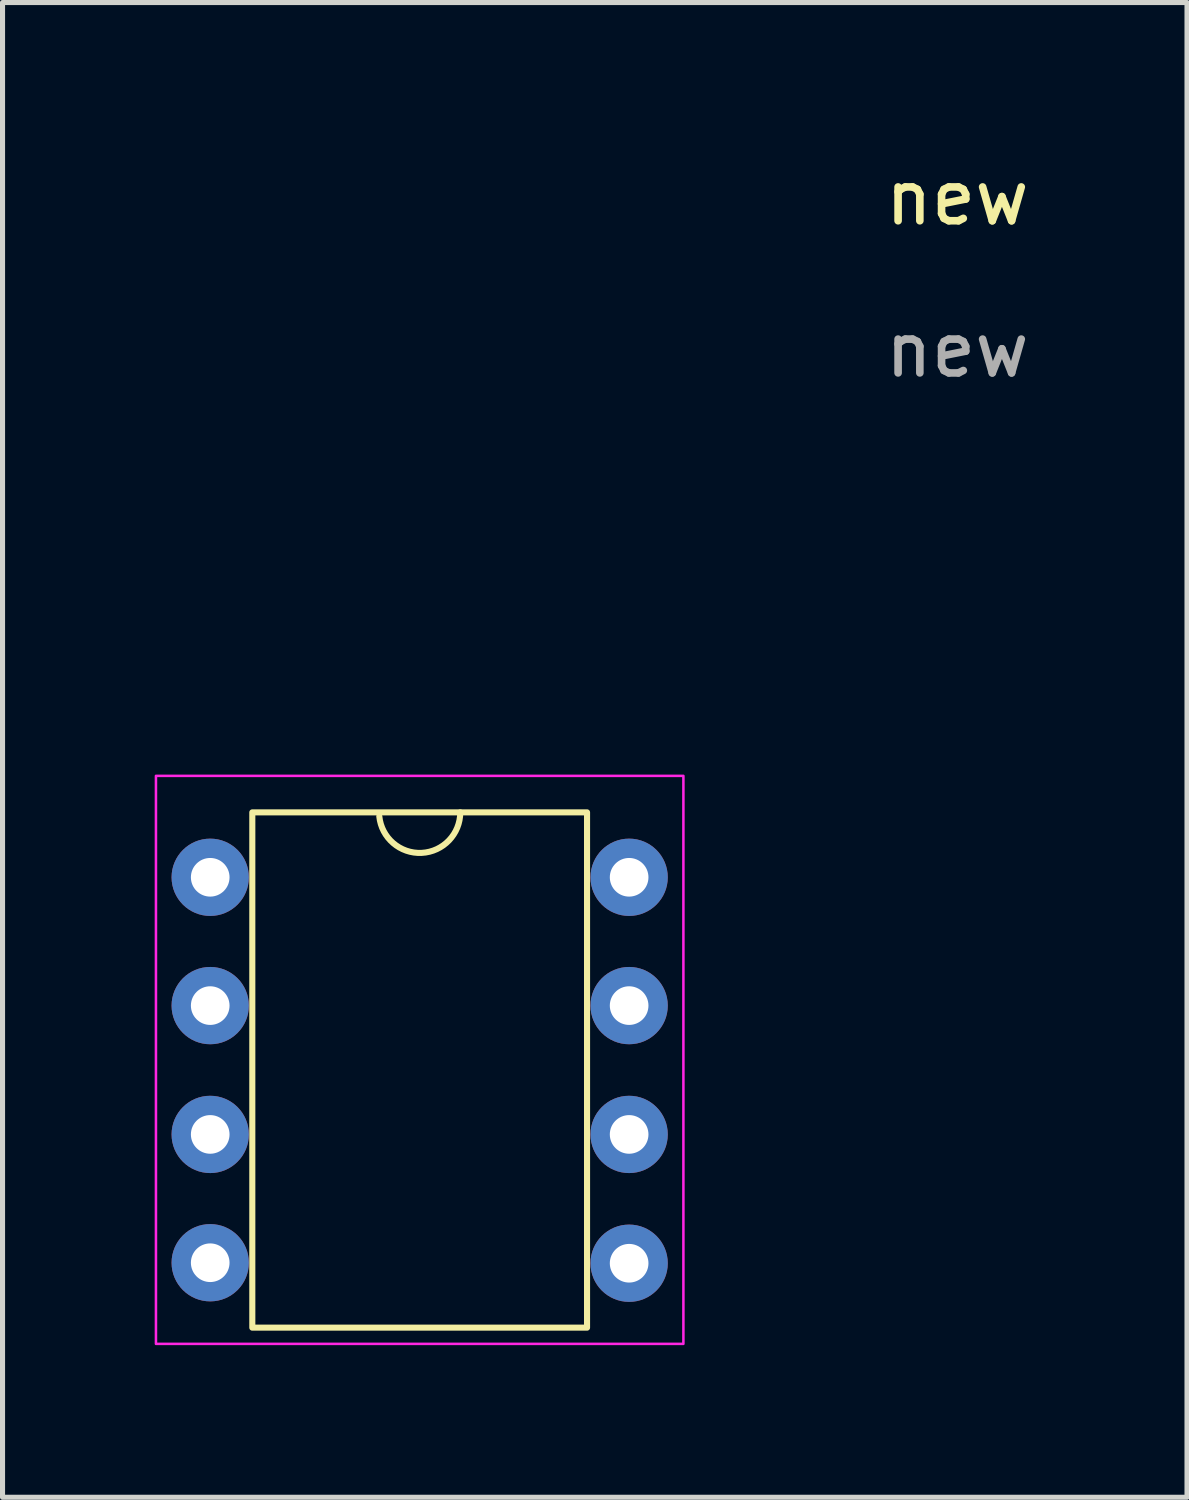
<source format=kicad_pcb>
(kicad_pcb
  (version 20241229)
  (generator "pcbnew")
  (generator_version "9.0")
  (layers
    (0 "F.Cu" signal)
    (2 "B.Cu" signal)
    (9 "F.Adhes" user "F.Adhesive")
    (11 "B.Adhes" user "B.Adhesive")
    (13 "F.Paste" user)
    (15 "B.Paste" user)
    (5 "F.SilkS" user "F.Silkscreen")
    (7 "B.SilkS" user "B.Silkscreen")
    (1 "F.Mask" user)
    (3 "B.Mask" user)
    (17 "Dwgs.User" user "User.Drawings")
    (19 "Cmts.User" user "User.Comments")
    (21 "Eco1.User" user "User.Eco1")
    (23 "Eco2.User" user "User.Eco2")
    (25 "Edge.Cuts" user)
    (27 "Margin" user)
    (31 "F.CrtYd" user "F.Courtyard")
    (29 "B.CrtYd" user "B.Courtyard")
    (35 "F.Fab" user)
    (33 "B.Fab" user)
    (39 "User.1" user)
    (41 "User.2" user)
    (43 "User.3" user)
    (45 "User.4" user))
  (footprint "new"
    (layer "F.Cu")
    (at 5.225 18.048)
    (property "Reference" "new" (at 10.6 -17.2 0) (unlocked yes) (layer "F.SilkS") (effects (font (size 1 1) (thickness 0.15))))
    (attr through_hole)
    (fp_rect (start -3.3 -5.08) (end 3.3 5.08) (stroke (width 0.12) (type solid)) (fill no) (layer "F.SilkS"))
    (fp_arc (start 0.8 -5.08) (mid 0.039851 -4.280993) (end -0.79603 -5.000397) (stroke (width 0.12) (type solid)) (layer "F.SilkS"))
    (fp_rect (start -5.2 -5.8) (end 5.2 5.4) (stroke (width 0.05) (type solid)) (fill no) (layer "F.CrtYd"))
    (fp_text user "${REFERENCE}" (at 10.6 -14.2 0) (unlocked yes) (layer "F.Fab") (effects (font (size 1 1) (thickness 0.15))))
    (pad "1" thru_hole circle (at -4.13 -3.8) (size 1.524 1.524) (drill 0.762) (layers "*.Cu" "*.Mask"))
    (pad "2" thru_hole circle (at -4.13 -1.27) (size 1.524 1.524) (drill 0.762) (layers "*.Cu" "*.Mask"))
    (pad "3" thru_hole circle (at -4.13 3.8) (size 1.524 1.524) (drill 0.762) (layers "*.Cu" "*.Mask"))
    (pad "4" thru_hole circle (at -4.13 1.27) (size 1.524 1.524) (drill 0.762) (layers "*.Cu" "*.Mask"))
    (pad "5" thru_hole circle (at 4.13 3.81) (size 1.524 1.524) (drill 0.762) (layers "*.Cu" "*.Mask"))
    (pad "6" thru_hole circle (at 4.13 1.27) (size 1.524 1.524) (drill 0.762) (layers "*.Cu" "*.Mask"))
    (pad "7" thru_hole circle (at 4.13 -1.27) (size 1.524 1.524) (drill 0.762) (layers "*.Cu" "*.Mask"))
    (pad "8" thru_hole circle (at 4.13 -3.8) (size 1.524 1.524) (drill 0.762) (layers "*.Cu" "*.Mask")))
  (gr_rect
    (start -3 -3)
    (end 20.355 26.473)
    (stroke (width 0.1) (type default))
    (fill no)
    (layer "Edge.Cuts")))
</source>
